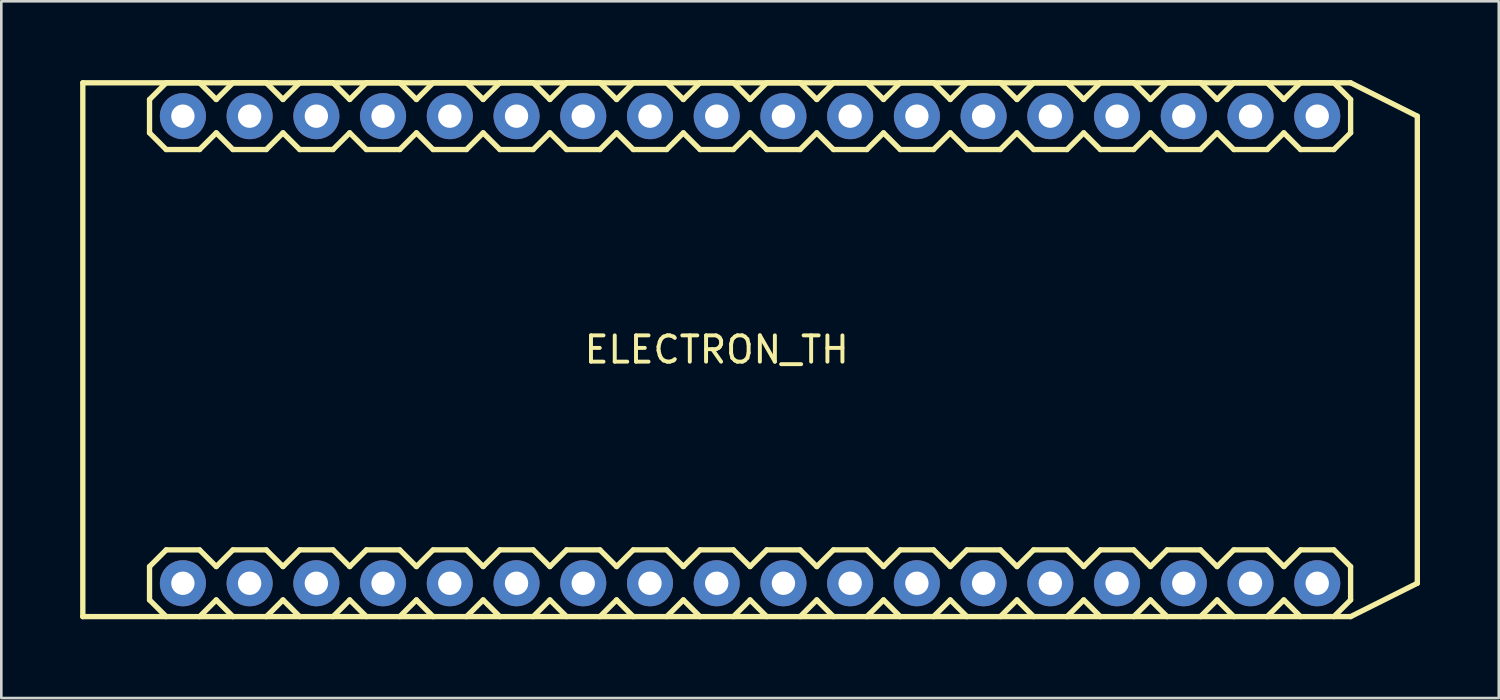
<source format=kicad_pcb>
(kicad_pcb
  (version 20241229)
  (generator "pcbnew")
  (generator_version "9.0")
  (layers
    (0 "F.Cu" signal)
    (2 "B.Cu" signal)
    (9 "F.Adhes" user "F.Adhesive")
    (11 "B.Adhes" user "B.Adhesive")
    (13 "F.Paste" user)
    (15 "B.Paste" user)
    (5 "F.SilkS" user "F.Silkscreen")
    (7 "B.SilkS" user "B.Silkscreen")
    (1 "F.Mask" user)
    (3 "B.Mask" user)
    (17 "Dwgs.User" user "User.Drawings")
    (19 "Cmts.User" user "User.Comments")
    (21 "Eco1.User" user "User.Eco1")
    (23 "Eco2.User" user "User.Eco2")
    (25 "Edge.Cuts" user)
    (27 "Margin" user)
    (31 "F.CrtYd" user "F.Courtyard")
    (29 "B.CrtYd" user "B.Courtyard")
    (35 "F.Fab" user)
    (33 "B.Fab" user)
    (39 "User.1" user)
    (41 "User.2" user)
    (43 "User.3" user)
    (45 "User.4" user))
  (footprint "ELECTRON_TH"
    (layer "F.Cu")
    (at 24.232 10.262)
    (property "Reference" "ELECTRON_TH" (at 0 0 0) (layer "F.SilkS") (effects (font (size 1 1) (thickness 0.15))))
    (attr through_hole)
    (fp_line (start -24.13 -10.16) (end 24.13 -10.16) (stroke (width 0.203) (type solid)) (layer "F.SilkS"))
    (fp_line (start -24.13 10.16) (end -24.13 -10.16) (stroke (width 0.203) (type solid)) (layer "F.SilkS"))
    (fp_line (start -21.59 -9.525) (end -21.59 -8.255) (stroke (width 0.203) (type solid)) (layer "F.SilkS"))
    (fp_line (start -21.59 -8.255) (end -20.955 -7.62) (stroke (width 0.203) (type solid)) (layer "F.SilkS"))
    (fp_line (start -21.59 8.255) (end -21.59 9.525) (stroke (width 0.203) (type solid)) (layer "F.SilkS"))
    (fp_line (start -21.59 9.525) (end -20.955 10.16) (stroke (width 0.203) (type solid)) (layer "F.SilkS"))
    (fp_line (start -20.955 -10.16) (end -21.59 -9.525) (stroke (width 0.203) (type solid)) (layer "F.SilkS"))
    (fp_line (start -20.955 7.62) (end -21.59 8.255) (stroke (width 0.203) (type solid)) (layer "F.SilkS"))
    (fp_line (start -19.685 -10.16) (end -20.955 -10.16) (stroke (width 0.203) (type solid)) (layer "F.SilkS"))
    (fp_line (start -19.685 -10.16) (end -19.05 -9.525) (stroke (width 0.203) (type solid)) (layer "F.SilkS"))
    (fp_line (start -19.685 -7.62) (end -20.955 -7.62) (stroke (width 0.203) (type solid)) (layer "F.SilkS"))
    (fp_line (start -19.685 7.62) (end -20.955 7.62) (stroke (width 0.203) (type solid)) (layer "F.SilkS"))
    (fp_line (start -19.685 7.62) (end -19.05 8.255) (stroke (width 0.203) (type solid)) (layer "F.SilkS"))
    (fp_line (start -19.05 -9.525) (end -18.415 -10.16) (stroke (width 0.203) (type solid)) (layer "F.SilkS"))
    (fp_line (start -19.05 -8.255) (end -19.685 -7.62) (stroke (width 0.203) (type solid)) (layer "F.SilkS"))
    (fp_line (start -19.05 8.255) (end -18.415 7.62) (stroke (width 0.203) (type solid)) (layer "F.SilkS"))
    (fp_line (start -19.05 9.525) (end -19.685 10.16) (stroke (width 0.203) (type solid)) (layer "F.SilkS"))
    (fp_line (start -18.415 -7.62) (end -19.05 -8.255) (stroke (width 0.203) (type solid)) (layer "F.SilkS"))
    (fp_line (start -18.415 10.16) (end -19.05 9.525) (stroke (width 0.203) (type solid)) (layer "F.SilkS"))
    (fp_line (start -17.145 -10.16) (end -18.415 -10.16) (stroke (width 0.203) (type solid)) (layer "F.SilkS"))
    (fp_line (start -17.145 -10.16) (end -16.51 -9.525) (stroke (width 0.203) (type solid)) (layer "F.SilkS"))
    (fp_line (start -17.145 -7.62) (end -18.415 -7.62) (stroke (width 0.203) (type solid)) (layer "F.SilkS"))
    (fp_line (start -17.145 7.62) (end -18.415 7.62) (stroke (width 0.203) (type solid)) (layer "F.SilkS"))
    (fp_line (start -17.145 7.62) (end -16.51 8.255) (stroke (width 0.203) (type solid)) (layer "F.SilkS"))
    (fp_line (start -16.51 -9.525) (end -15.875 -10.16) (stroke (width 0.203) (type solid)) (layer "F.SilkS"))
    (fp_line (start -16.51 -8.255) (end -17.145 -7.62) (stroke (width 0.203) (type solid)) (layer "F.SilkS"))
    (fp_line (start -16.51 8.255) (end -15.875 7.62) (stroke (width 0.203) (type solid)) (layer "F.SilkS"))
    (fp_line (start -16.51 9.525) (end -17.145 10.16) (stroke (width 0.203) (type solid)) (layer "F.SilkS"))
    (fp_line (start -15.875 -7.62) (end -16.51 -8.255) (stroke (width 0.203) (type solid)) (layer "F.SilkS"))
    (fp_line (start -15.875 10.16) (end -16.51 9.525) (stroke (width 0.203) (type solid)) (layer "F.SilkS"))
    (fp_line (start -14.605 -10.16) (end -15.875 -10.16) (stroke (width 0.203) (type solid)) (layer "F.SilkS"))
    (fp_line (start -14.605 -10.16) (end -13.97 -9.525) (stroke (width 0.203) (type solid)) (layer "F.SilkS"))
    (fp_line (start -14.605 -7.62) (end -15.875 -7.62) (stroke (width 0.203) (type solid)) (layer "F.SilkS"))
    (fp_line (start -14.605 7.62) (end -15.875 7.62) (stroke (width 0.203) (type solid)) (layer "F.SilkS"))
    (fp_line (start -14.605 7.62) (end -13.97 8.255) (stroke (width 0.203) (type solid)) (layer "F.SilkS"))
    (fp_line (start -13.97 -8.255) (end -14.605 -7.62) (stroke (width 0.203) (type solid)) (layer "F.SilkS"))
    (fp_line (start -13.97 -8.255) (end -13.335 -7.62) (stroke (width 0.203) (type solid)) (layer "F.SilkS"))
    (fp_line (start -13.97 9.525) (end -14.605 10.16) (stroke (width 0.203) (type solid)) (layer "F.SilkS"))
    (fp_line (start -13.97 9.525) (end -13.335 10.16) (stroke (width 0.203) (type solid)) (layer "F.SilkS"))
    (fp_line (start -13.335 -10.16) (end -13.97 -9.525) (stroke (width 0.203) (type solid)) (layer "F.SilkS"))
    (fp_line (start -13.335 7.62) (end -13.97 8.255) (stroke (width 0.203) (type solid)) (layer "F.SilkS"))
    (fp_line (start -12.065 -10.16) (end -13.335 -10.16) (stroke (width 0.203) (type solid)) (layer "F.SilkS"))
    (fp_line (start -12.065 -10.16) (end -11.43 -9.525) (stroke (width 0.203) (type solid)) (layer "F.SilkS"))
    (fp_line (start -12.065 -7.62) (end -13.335 -7.62) (stroke (width 0.203) (type solid)) (layer "F.SilkS"))
    (fp_line (start -12.065 7.62) (end -13.335 7.62) (stroke (width 0.203) (type solid)) (layer "F.SilkS"))
    (fp_line (start -12.065 7.62) (end -11.43 8.255) (stroke (width 0.203) (type solid)) (layer "F.SilkS"))
    (fp_line (start -11.43 -9.525) (end -10.795 -10.16) (stroke (width 0.203) (type solid)) (layer "F.SilkS"))
    (fp_line (start -11.43 -8.255) (end -12.065 -7.62) (stroke (width 0.203) (type solid)) (layer "F.SilkS"))
    (fp_line (start -11.43 8.255) (end -10.795 7.62) (stroke (width 0.203) (type solid)) (layer "F.SilkS"))
    (fp_line (start -11.43 9.525) (end -12.065 10.16) (stroke (width 0.203) (type solid)) (layer "F.SilkS"))
    (fp_line (start -10.795 -7.62) (end -11.43 -8.255) (stroke (width 0.203) (type solid)) (layer "F.SilkS"))
    (fp_line (start -10.795 10.16) (end -11.43 9.525) (stroke (width 0.203) (type solid)) (layer "F.SilkS"))
    (fp_line (start -9.525 -10.16) (end -10.795 -10.16) (stroke (width 0.203) (type solid)) (layer "F.SilkS"))
    (fp_line (start -9.525 -10.16) (end -8.89 -9.525) (stroke (width 0.203) (type solid)) (layer "F.SilkS"))
    (fp_line (start -9.525 -7.62) (end -10.795 -7.62) (stroke (width 0.203) (type solid)) (layer "F.SilkS"))
    (fp_line (start -9.525 7.62) (end -10.795 7.62) (stroke (width 0.203) (type solid)) (layer "F.SilkS"))
    (fp_line (start -9.525 7.62) (end -8.89 8.255) (stroke (width 0.203) (type solid)) (layer "F.SilkS"))
    (fp_line (start -8.89 -9.525) (end -8.255 -10.16) (stroke (width 0.203) (type solid)) (layer "F.SilkS"))
    (fp_line (start -8.89 -8.255) (end -9.525 -7.62) (stroke (width 0.203) (type solid)) (layer "F.SilkS"))
    (fp_line (start -8.89 8.255) (end -8.255 7.62) (stroke (width 0.203) (type solid)) (layer "F.SilkS"))
    (fp_line (start -8.89 9.525) (end -9.525 10.16) (stroke (width 0.203) (type solid)) (layer "F.SilkS"))
    (fp_line (start -8.255 -7.62) (end -8.89 -8.255) (stroke (width 0.203) (type solid)) (layer "F.SilkS"))
    (fp_line (start -8.255 10.16) (end -8.89 9.525) (stroke (width 0.203) (type solid)) (layer "F.SilkS"))
    (fp_line (start -6.985 -10.16) (end -8.255 -10.16) (stroke (width 0.203) (type solid)) (layer "F.SilkS"))
    (fp_line (start -6.985 -10.16) (end -6.35 -9.525) (stroke (width 0.203) (type solid)) (layer "F.SilkS"))
    (fp_line (start -6.985 -7.62) (end -8.255 -7.62) (stroke (width 0.203) (type solid)) (layer "F.SilkS"))
    (fp_line (start -6.985 7.62) (end -8.255 7.62) (stroke (width 0.203) (type solid)) (layer "F.SilkS"))
    (fp_line (start -6.985 7.62) (end -6.35 8.255) (stroke (width 0.203) (type solid)) (layer "F.SilkS"))
    (fp_line (start -6.35 -8.255) (end -6.985 -7.62) (stroke (width 0.203) (type solid)) (layer "F.SilkS"))
    (fp_line (start -6.35 -8.255) (end -5.715 -7.62) (stroke (width 0.203) (type solid)) (layer "F.SilkS"))
    (fp_line (start -6.35 9.525) (end -6.985 10.16) (stroke (width 0.203) (type solid)) (layer "F.SilkS"))
    (fp_line (start -6.35 9.525) (end -5.715 10.16) (stroke (width 0.203) (type solid)) (layer "F.SilkS"))
    (fp_line (start -5.715 -10.16) (end -6.35 -9.525) (stroke (width 0.203) (type solid)) (layer "F.SilkS"))
    (fp_line (start -5.715 7.62) (end -6.35 8.255) (stroke (width 0.203) (type solid)) (layer "F.SilkS"))
    (fp_line (start -4.445 -10.16) (end -5.715 -10.16) (stroke (width 0.203) (type solid)) (layer "F.SilkS"))
    (fp_line (start -4.445 -10.16) (end -3.81 -9.525) (stroke (width 0.203) (type solid)) (layer "F.SilkS"))
    (fp_line (start -4.445 -7.62) (end -5.715 -7.62) (stroke (width 0.203) (type solid)) (layer "F.SilkS"))
    (fp_line (start -4.445 7.62) (end -5.715 7.62) (stroke (width 0.203) (type solid)) (layer "F.SilkS"))
    (fp_line (start -4.445 7.62) (end -3.81 8.255) (stroke (width 0.203) (type solid)) (layer "F.SilkS"))
    (fp_line (start -3.81 -8.255) (end -4.445 -7.62) (stroke (width 0.203) (type solid)) (layer "F.SilkS"))
    (fp_line (start -3.81 -8.255) (end -3.175 -7.62) (stroke (width 0.203) (type solid)) (layer "F.SilkS"))
    (fp_line (start -3.81 9.525) (end -4.445 10.16) (stroke (width 0.203) (type solid)) (layer "F.SilkS"))
    (fp_line (start -3.81 9.525) (end -3.175 10.16) (stroke (width 0.203) (type solid)) (layer "F.SilkS"))
    (fp_line (start -3.175 -10.16) (end -3.81 -9.525) (stroke (width 0.203) (type solid)) (layer "F.SilkS"))
    (fp_line (start -3.175 7.62) (end -3.81 8.255) (stroke (width 0.203) (type solid)) (layer "F.SilkS"))
    (fp_line (start -1.905 -10.16) (end -3.175 -10.16) (stroke (width 0.203) (type solid)) (layer "F.SilkS"))
    (fp_line (start -1.905 -10.16) (end -1.27 -9.525) (stroke (width 0.203) (type solid)) (layer "F.SilkS"))
    (fp_line (start -1.905 -7.62) (end -3.175 -7.62) (stroke (width 0.203) (type solid)) (layer "F.SilkS"))
    (fp_line (start -1.905 7.62) (end -3.175 7.62) (stroke (width 0.203) (type solid)) (layer "F.SilkS"))
    (fp_line (start -1.905 7.62) (end -1.27 8.255) (stroke (width 0.203) (type solid)) (layer "F.SilkS"))
    (fp_line (start -1.27 -8.255) (end -1.905 -7.62) (stroke (width 0.203) (type solid)) (layer "F.SilkS"))
    (fp_line (start -1.27 -8.255) (end -0.635 -7.62) (stroke (width 0.203) (type solid)) (layer "F.SilkS"))
    (fp_line (start -1.27 9.525) (end -1.905 10.16) (stroke (width 0.203) (type solid)) (layer "F.SilkS"))
    (fp_line (start -1.27 9.525) (end -0.635 10.16) (stroke (width 0.203) (type solid)) (layer "F.SilkS"))
    (fp_line (start -0.635 -10.16) (end -1.27 -9.525) (stroke (width 0.203) (type solid)) (layer "F.SilkS"))
    (fp_line (start -0.635 7.62) (end -1.27 8.255) (stroke (width 0.203) (type solid)) (layer "F.SilkS"))
    (fp_line (start 0.635 -10.16) (end -0.635 -10.16) (stroke (width 0.203) (type solid)) (layer "F.SilkS"))
    (fp_line (start 0.635 -10.16) (end 1.27 -9.525) (stroke (width 0.203) (type solid)) (layer "F.SilkS"))
    (fp_line (start 0.635 -7.62) (end -0.635 -7.62) (stroke (width 0.203) (type solid)) (layer "F.SilkS"))
    (fp_line (start 0.635 7.62) (end -0.635 7.62) (stroke (width 0.203) (type solid)) (layer "F.SilkS"))
    (fp_line (start 0.635 7.62) (end 1.27 8.255) (stroke (width 0.203) (type solid)) (layer "F.SilkS"))
    (fp_line (start 1.27 -8.255) (end 0.635 -7.62) (stroke (width 0.203) (type solid)) (layer "F.SilkS"))
    (fp_line (start 1.27 -8.255) (end 1.905 -7.62) (stroke (width 0.203) (type solid)) (layer "F.SilkS"))
    (fp_line (start 1.27 9.525) (end 0.635 10.16) (stroke (width 0.203) (type solid)) (layer "F.SilkS"))
    (fp_line (start 1.27 9.525) (end 1.905 10.16) (stroke (width 0.203) (type solid)) (layer "F.SilkS"))
    (fp_line (start 1.905 -10.16) (end 1.27 -9.525) (stroke (width 0.203) (type solid)) (layer "F.SilkS"))
    (fp_line (start 1.905 7.62) (end 1.27 8.255) (stroke (width 0.203) (type solid)) (layer "F.SilkS"))
    (fp_line (start 3.175 -10.16) (end 1.905 -10.16) (stroke (width 0.203) (type solid)) (layer "F.SilkS"))
    (fp_line (start 3.175 -10.16) (end 3.81 -9.525) (stroke (width 0.203) (type solid)) (layer "F.SilkS"))
    (fp_line (start 3.175 -7.62) (end 1.905 -7.62) (stroke (width 0.203) (type solid)) (layer "F.SilkS"))
    (fp_line (start 3.175 7.62) (end 1.905 7.62) (stroke (width 0.203) (type solid)) (layer "F.SilkS"))
    (fp_line (start 3.175 7.62) (end 3.81 8.255) (stroke (width 0.203) (type solid)) (layer "F.SilkS"))
    (fp_line (start 3.81 -8.255) (end 3.175 -7.62) (stroke (width 0.203) (type solid)) (layer "F.SilkS"))
    (fp_line (start 3.81 -8.255) (end 4.445 -7.62) (stroke (width 0.203) (type solid)) (layer "F.SilkS"))
    (fp_line (start 3.81 9.525) (end 3.175 10.16) (stroke (width 0.203) (type solid)) (layer "F.SilkS"))
    (fp_line (start 3.81 9.525) (end 4.445 10.16) (stroke (width 0.203) (type solid)) (layer "F.SilkS"))
    (fp_line (start 4.445 -10.16) (end 3.81 -9.525) (stroke (width 0.203) (type solid)) (layer "F.SilkS"))
    (fp_line (start 4.445 7.62) (end 3.81 8.255) (stroke (width 0.203) (type solid)) (layer "F.SilkS"))
    (fp_line (start 5.715 -10.16) (end 4.445 -10.16) (stroke (width 0.203) (type solid)) (layer "F.SilkS"))
    (fp_line (start 5.715 -10.16) (end 6.35 -9.525) (stroke (width 0.203) (type solid)) (layer "F.SilkS"))
    (fp_line (start 5.715 -7.62) (end 4.445 -7.62) (stroke (width 0.203) (type solid)) (layer "F.SilkS"))
    (fp_line (start 5.715 7.62) (end 4.445 7.62) (stroke (width 0.203) (type solid)) (layer "F.SilkS"))
    (fp_line (start 5.715 7.62) (end 6.35 8.255) (stroke (width 0.203) (type solid)) (layer "F.SilkS"))
    (fp_line (start 6.35 -8.255) (end 5.715 -7.62) (stroke (width 0.203) (type solid)) (layer "F.SilkS"))
    (fp_line (start 6.35 -8.255) (end 6.985 -7.62) (stroke (width 0.203) (type solid)) (layer "F.SilkS"))
    (fp_line (start 6.35 9.525) (end 5.715 10.16) (stroke (width 0.203) (type solid)) (layer "F.SilkS"))
    (fp_line (start 6.35 9.525) (end 6.985 10.16) (stroke (width 0.203) (type solid)) (layer "F.SilkS"))
    (fp_line (start 6.985 -10.16) (end 6.35 -9.525) (stroke (width 0.203) (type solid)) (layer "F.SilkS"))
    (fp_line (start 6.985 7.62) (end 6.35 8.255) (stroke (width 0.203) (type solid)) (layer "F.SilkS"))
    (fp_line (start 8.255 -10.16) (end 6.985 -10.16) (stroke (width 0.203) (type solid)) (layer "F.SilkS"))
    (fp_line (start 8.255 -10.16) (end 8.89 -9.525) (stroke (width 0.203) (type solid)) (layer "F.SilkS"))
    (fp_line (start 8.255 -7.62) (end 6.985 -7.62) (stroke (width 0.203) (type solid)) (layer "F.SilkS"))
    (fp_line (start 8.255 7.62) (end 6.985 7.62) (stroke (width 0.203) (type solid)) (layer "F.SilkS"))
    (fp_line (start 8.255 7.62) (end 8.89 8.255) (stroke (width 0.203) (type solid)) (layer "F.SilkS"))
    (fp_line (start 8.89 -8.255) (end 8.255 -7.62) (stroke (width 0.203) (type solid)) (layer "F.SilkS"))
    (fp_line (start 8.89 -8.255) (end 9.525 -7.62) (stroke (width 0.203) (type solid)) (layer "F.SilkS"))
    (fp_line (start 8.89 9.525) (end 8.255 10.16) (stroke (width 0.203) (type solid)) (layer "F.SilkS"))
    (fp_line (start 8.89 9.525) (end 9.525 10.16) (stroke (width 0.203) (type solid)) (layer "F.SilkS"))
    (fp_line (start 9.525 -10.16) (end 8.89 -9.525) (stroke (width 0.203) (type solid)) (layer "F.SilkS"))
    (fp_line (start 9.525 7.62) (end 8.89 8.255) (stroke (width 0.203) (type solid)) (layer "F.SilkS"))
    (fp_line (start 10.795 -10.16) (end 9.525 -10.16) (stroke (width 0.203) (type solid)) (layer "F.SilkS"))
    (fp_line (start 10.795 -10.16) (end 11.43 -9.525) (stroke (width 0.203) (type solid)) (layer "F.SilkS"))
    (fp_line (start 10.795 -7.62) (end 9.525 -7.62) (stroke (width 0.203) (type solid)) (layer "F.SilkS"))
    (fp_line (start 10.795 7.62) (end 9.525 7.62) (stroke (width 0.203) (type solid)) (layer "F.SilkS"))
    (fp_line (start 10.795 7.62) (end 11.43 8.255) (stroke (width 0.203) (type solid)) (layer "F.SilkS"))
    (fp_line (start 11.43 -8.255) (end 10.795 -7.62) (stroke (width 0.203) (type solid)) (layer "F.SilkS"))
    (fp_line (start 11.43 -8.255) (end 12.065 -7.62) (stroke (width 0.203) (type solid)) (layer "F.SilkS"))
    (fp_line (start 11.43 9.525) (end 10.795 10.16) (stroke (width 0.203) (type solid)) (layer "F.SilkS"))
    (fp_line (start 11.43 9.525) (end 12.065 10.16) (stroke (width 0.203) (type solid)) (layer "F.SilkS"))
    (fp_line (start 12.065 -10.16) (end 11.43 -9.525) (stroke (width 0.203) (type solid)) (layer "F.SilkS"))
    (fp_line (start 12.065 7.62) (end 11.43 8.255) (stroke (width 0.203) (type solid)) (layer "F.SilkS"))
    (fp_line (start 13.335 -10.16) (end 12.065 -10.16) (stroke (width 0.203) (type solid)) (layer "F.SilkS"))
    (fp_line (start 13.335 -10.16) (end 13.97 -9.525) (stroke (width 0.203) (type solid)) (layer "F.SilkS"))
    (fp_line (start 13.335 -7.62) (end 12.065 -7.62) (stroke (width 0.203) (type solid)) (layer "F.SilkS"))
    (fp_line (start 13.335 7.62) (end 12.065 7.62) (stroke (width 0.203) (type solid)) (layer "F.SilkS"))
    (fp_line (start 13.335 7.62) (end 13.97 8.255) (stroke (width 0.203) (type solid)) (layer "F.SilkS"))
    (fp_line (start 13.97 -8.255) (end 13.335 -7.62) (stroke (width 0.203) (type solid)) (layer "F.SilkS"))
    (fp_line (start 13.97 -8.255) (end 14.605 -7.62) (stroke (width 0.203) (type solid)) (layer "F.SilkS"))
    (fp_line (start 13.97 9.525) (end 13.335 10.16) (stroke (width 0.203) (type solid)) (layer "F.SilkS"))
    (fp_line (start 13.97 9.525) (end 14.605 10.16) (stroke (width 0.203) (type solid)) (layer "F.SilkS"))
    (fp_line (start 14.605 -10.16) (end 13.97 -9.525) (stroke (width 0.203) (type solid)) (layer "F.SilkS"))
    (fp_line (start 14.605 7.62) (end 13.97 8.255) (stroke (width 0.203) (type solid)) (layer "F.SilkS"))
    (fp_line (start 15.875 -10.16) (end 14.605 -10.16) (stroke (width 0.203) (type solid)) (layer "F.SilkS"))
    (fp_line (start 15.875 -10.16) (end 16.51 -9.525) (stroke (width 0.203) (type solid)) (layer "F.SilkS"))
    (fp_line (start 15.875 -7.62) (end 14.605 -7.62) (stroke (width 0.203) (type solid)) (layer "F.SilkS"))
    (fp_line (start 15.875 7.62) (end 14.605 7.62) (stroke (width 0.203) (type solid)) (layer "F.SilkS"))
    (fp_line (start 15.875 7.62) (end 16.51 8.255) (stroke (width 0.203) (type solid)) (layer "F.SilkS"))
    (fp_line (start 16.51 -8.255) (end 15.875 -7.62) (stroke (width 0.203) (type solid)) (layer "F.SilkS"))
    (fp_line (start 16.51 -8.255) (end 17.145 -7.62) (stroke (width 0.203) (type solid)) (layer "F.SilkS"))
    (fp_line (start 16.51 9.525) (end 15.875 10.16) (stroke (width 0.203) (type solid)) (layer "F.SilkS"))
    (fp_line (start 16.51 9.525) (end 17.145 10.16) (stroke (width 0.203) (type solid)) (layer "F.SilkS"))
    (fp_line (start 17.145 -10.16) (end 16.51 -9.525) (stroke (width 0.203) (type solid)) (layer "F.SilkS"))
    (fp_line (start 17.145 7.62) (end 16.51 8.255) (stroke (width 0.203) (type solid)) (layer "F.SilkS"))
    (fp_line (start 18.415 -10.16) (end 17.145 -10.16) (stroke (width 0.203) (type solid)) (layer "F.SilkS"))
    (fp_line (start 18.415 -10.16) (end 19.05 -9.525) (stroke (width 0.203) (type solid)) (layer "F.SilkS"))
    (fp_line (start 18.415 -7.62) (end 17.145 -7.62) (stroke (width 0.203) (type solid)) (layer "F.SilkS"))
    (fp_line (start 18.415 7.62) (end 17.145 7.62) (stroke (width 0.203) (type solid)) (layer "F.SilkS"))
    (fp_line (start 18.415 7.62) (end 19.05 8.255) (stroke (width 0.203) (type solid)) (layer "F.SilkS"))
    (fp_line (start 19.05 -8.255) (end 18.415 -7.62) (stroke (width 0.203) (type solid)) (layer "F.SilkS"))
    (fp_line (start 19.05 -8.255) (end 19.685 -7.62) (stroke (width 0.203) (type solid)) (layer "F.SilkS"))
    (fp_line (start 19.05 9.525) (end 18.415 10.16) (stroke (width 0.203) (type solid)) (layer "F.SilkS"))
    (fp_line (start 19.05 9.525) (end 19.685 10.16) (stroke (width 0.203) (type solid)) (layer "F.SilkS"))
    (fp_line (start 19.685 -10.16) (end 19.05 -9.525) (stroke (width 0.203) (type solid)) (layer "F.SilkS"))
    (fp_line (start 19.685 7.62) (end 19.05 8.255) (stroke (width 0.203) (type solid)) (layer "F.SilkS"))
    (fp_line (start 20.955 -10.16) (end 19.685 -10.16) (stroke (width 0.203) (type solid)) (layer "F.SilkS"))
    (fp_line (start 20.955 -10.16) (end 21.59 -9.525) (stroke (width 0.203) (type solid)) (layer "F.SilkS"))
    (fp_line (start 20.955 -7.62) (end 19.685 -7.62) (stroke (width 0.203) (type solid)) (layer "F.SilkS"))
    (fp_line (start 20.955 7.62) (end 19.685 7.62) (stroke (width 0.203) (type solid)) (layer "F.SilkS"))
    (fp_line (start 20.955 7.62) (end 21.59 8.255) (stroke (width 0.203) (type solid)) (layer "F.SilkS"))
    (fp_line (start 21.59 -8.255) (end 20.955 -7.62) (stroke (width 0.203) (type solid)) (layer "F.SilkS"))
    (fp_line (start 21.59 -8.255) (end 22.225 -7.62) (stroke (width 0.203) (type solid)) (layer "F.SilkS"))
    (fp_line (start 21.59 9.525) (end 20.955 10.16) (stroke (width 0.203) (type solid)) (layer "F.SilkS"))
    (fp_line (start 21.59 9.525) (end 22.225 10.16) (stroke (width 0.203) (type solid)) (layer "F.SilkS"))
    (fp_line (start 22.225 -10.16) (end 21.59 -9.525) (stroke (width 0.203) (type solid)) (layer "F.SilkS"))
    (fp_line (start 22.225 7.62) (end 21.59 8.255) (stroke (width 0.203) (type solid)) (layer "F.SilkS"))
    (fp_line (start 23.495 -10.16) (end 22.225 -10.16) (stroke (width 0.203) (type solid)) (layer "F.SilkS"))
    (fp_line (start 23.495 -10.16) (end 24.13 -9.525) (stroke (width 0.203) (type solid)) (layer "F.SilkS"))
    (fp_line (start 23.495 -7.62) (end 22.225 -7.62) (stroke (width 0.203) (type solid)) (layer "F.SilkS"))
    (fp_line (start 23.495 7.62) (end 22.225 7.62) (stroke (width 0.203) (type solid)) (layer "F.SilkS"))
    (fp_line (start 23.495 7.62) (end 24.13 8.255) (stroke (width 0.203) (type solid)) (layer "F.SilkS"))
    (fp_line (start 24.13 -10.16) (end 26.67 -8.89) (stroke (width 0.203) (type solid)) (layer "F.SilkS"))
    (fp_line (start 24.13 -9.525) (end 24.13 -8.255) (stroke (width 0.203) (type solid)) (layer "F.SilkS"))
    (fp_line (start 24.13 -8.255) (end 23.495 -7.62) (stroke (width 0.203) (type solid)) (layer "F.SilkS"))
    (fp_line (start 24.13 8.255) (end 24.13 9.525) (stroke (width 0.203) (type solid)) (layer "F.SilkS"))
    (fp_line (start 24.13 9.525) (end 23.495 10.16) (stroke (width 0.203) (type solid)) (layer "F.SilkS"))
    (fp_line (start 24.13 10.16) (end -24.13 10.16) (stroke (width 0.203) (type solid)) (layer "F.SilkS"))
    (fp_line (start 26.67 -8.89) (end 26.67 8.89) (stroke (width 0.203) (type solid)) (layer "F.SilkS"))
    (fp_line (start 26.67 8.89) (end 24.13 10.16) (stroke (width 0.203) (type solid)) (layer "F.SilkS"))
    (pad "3V3" thru_hole circle (at -20.32 -8.89 90) (size 1.753 1.753) (drill 0.889) (layers "*.Cu" "*.Mask"))
    (pad "A0" thru_hole circle (at 7.62 8.89 90) (size 1.753 1.753) (drill 0.889) (layers "*.Cu" "*.Mask"))
    (pad "A1" thru_hole circle (at 5.08 8.89 90) (size 1.753 1.753) (drill 0.889) (layers "*.Cu" "*.Mask"))
    (pad "A2" thru_hole circle (at 2.54 8.89 90) (size 1.753 1.753) (drill 0.889) (layers "*.Cu" "*.Mask"))
    (pad "A3" thru_hole circle (at 0 8.89 90) (size 1.753 1.753) (drill 0.889) (layers "*.Cu" "*.Mask"))
    (pad "A4" thru_hole circle (at -2.54 8.89 90) (size 1.753 1.753) (drill 0.889) (layers "*.Cu" "*.Mask"))
    (pad "A5" thru_hole circle (at -5.08 8.89 90) (size 1.753 1.753) (drill 0.889) (layers "*.Cu" "*.Mask"))
    (pad "B0" thru_hole circle (at 22.86 8.89 90) (size 1.753 1.753) (drill 0.889) (layers "*.Cu" "*.Mask"))
    (pad "B1" thru_hole circle (at 20.32 8.89 90) (size 1.753 1.753) (drill 0.889) (layers "*.Cu" "*.Mask"))
    (pad "B2" thru_hole circle (at 17.78 8.89 90) (size 1.753 1.753) (drill 0.889) (layers "*.Cu" "*.Mask"))
    (pad "B3" thru_hole circle (at 15.24 8.89 90) (size 1.753 1.753) (drill 0.889) (layers "*.Cu" "*.Mask"))
    (pad "B4" thru_hole circle (at 12.7 8.89 90) (size 1.753 1.753) (drill 0.889) (layers "*.Cu" "*.Mask"))
    (pad "B5" thru_hole circle (at 10.16 8.89 90) (size 1.753 1.753) (drill 0.889) (layers "*.Cu" "*.Mask"))
    (pad "C0" thru_hole circle (at 22.86 -8.89 90) (size 1.753 1.753) (drill 0.889) (layers "*.Cu" "*.Mask"))
    (pad "C1" thru_hole circle (at 20.32 -8.89 90) (size 1.753 1.753) (drill 0.889) (layers "*.Cu" "*.Mask"))
    (pad "C2" thru_hole circle (at 17.78 -8.89 90) (size 1.753 1.753) (drill 0.889) (layers "*.Cu" "*.Mask"))
    (pad "C3" thru_hole circle (at 15.24 -8.89 90) (size 1.753 1.753) (drill 0.889) (layers "*.Cu" "*.Mask"))
    (pad "C4" thru_hole circle (at 12.7 -8.89 90) (size 1.753 1.753) (drill 0.889) (layers "*.Cu" "*.Mask"))
    (pad "C5" thru_hole circle (at 10.16 -8.89 90) (size 1.753 1.753) (drill 0.889) (layers "*.Cu" "*.Mask"))
    (pad "D0" thru_hole circle (at 7.62 -8.89 90) (size 1.753 1.753) (drill 0.889) (layers "*.Cu" "*.Mask"))
    (pad "D1" thru_hole circle (at 5.08 -8.89 90) (size 1.753 1.753) (drill 0.889) (layers "*.Cu" "*.Mask"))
    (pad "D2" thru_hole circle (at 2.54 -8.89 90) (size 1.753 1.753) (drill 0.889) (layers "*.Cu" "*.Mask"))
    (pad "D3" thru_hole circle (at 0 -8.89 90) (size 1.753 1.753) (drill 0.889) (layers "*.Cu" "*.Mask"))
    (pad "D4" thru_hole circle (at -2.54 -8.89 90) (size 1.753 1.753) (drill 0.889) (layers "*.Cu" "*.Mask"))
    (pad "D5" thru_hole circle (at -5.08 -8.89 90) (size 1.753 1.753) (drill 0.889) (layers "*.Cu" "*.Mask"))
    (pad "D6" thru_hole circle (at -7.62 -8.89 90) (size 1.753 1.753) (drill 0.889) (layers "*.Cu" "*.Mask"))
    (pad "D7" thru_hole circle (at -10.16 -8.89 90) (size 1.753 1.753) (drill 0.889) (layers "*.Cu" "*.Mask"))
    (pad "DAC" thru_hole circle (at -7.62 8.89 90) (size 1.753 1.753) (drill 0.889) (layers "*.Cu" "*.Mask"))
    (pad "GND" thru_hole circle (at -17.78 8.89 90) (size 1.753 1.753) (drill 0.889) (layers "*.Cu" "*.Mask"))
    (pad "GND" thru_hole circle (at -12.7 -8.89 90) (size 1.753 1.753) (drill 0.889) (layers "*.Cu" "*.Mask"))
    (pad "RST" thru_hole circle (at -17.78 -8.89 90) (size 1.753 1.753) (drill 0.889) (layers "*.Cu" "*.Mask"))
    (pad "RX" thru_hole circle (at -12.7 8.89 90) (size 1.753 1.753) (drill 0.889) (layers "*.Cu" "*.Mask"))
    (pad "TX" thru_hole circle (at -15.24 8.89 90) (size 1.753 1.753) (drill 0.889) (layers "*.Cu" "*.Mask"))
    (pad "VBAT" thru_hole circle (at -15.24 -8.89 90) (size 1.753 1.753) (drill 0.889) (layers "*.Cu" "*.Mask"))
    (pad "VIN" thru_hole circle (at -20.32 8.89 90) (size 1.753 1.753) (drill 0.889) (layers "*.Cu" "*.Mask"))
    (pad "WKP" thru_hole circle (at -10.16 8.89 90) (size 1.753 1.753) (drill 0.889) (layers "*.Cu" "*.Mask")))
  (gr_rect
    (start -3 -3)
    (end 54.003 23.523)
    (stroke (width 0.1) (type default))
    (fill no)
    (layer "Edge.Cuts")))
</source>
